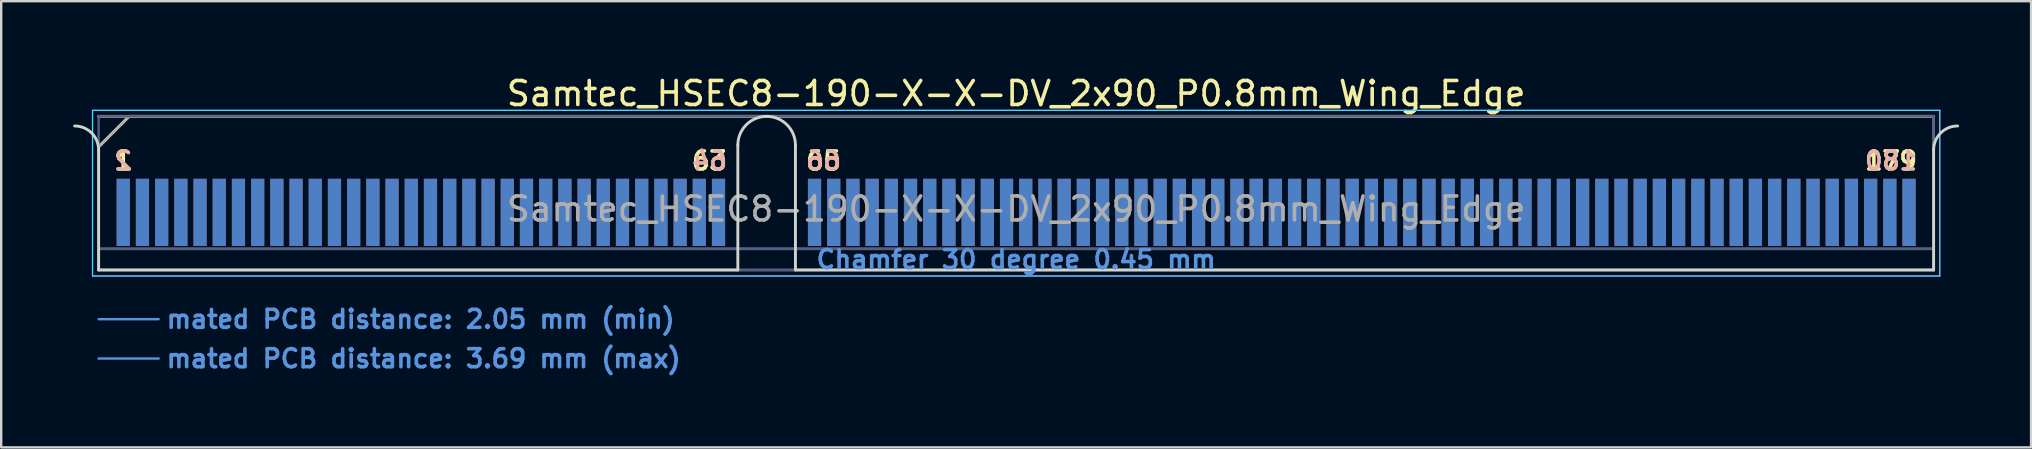
<source format=kicad_pcb>
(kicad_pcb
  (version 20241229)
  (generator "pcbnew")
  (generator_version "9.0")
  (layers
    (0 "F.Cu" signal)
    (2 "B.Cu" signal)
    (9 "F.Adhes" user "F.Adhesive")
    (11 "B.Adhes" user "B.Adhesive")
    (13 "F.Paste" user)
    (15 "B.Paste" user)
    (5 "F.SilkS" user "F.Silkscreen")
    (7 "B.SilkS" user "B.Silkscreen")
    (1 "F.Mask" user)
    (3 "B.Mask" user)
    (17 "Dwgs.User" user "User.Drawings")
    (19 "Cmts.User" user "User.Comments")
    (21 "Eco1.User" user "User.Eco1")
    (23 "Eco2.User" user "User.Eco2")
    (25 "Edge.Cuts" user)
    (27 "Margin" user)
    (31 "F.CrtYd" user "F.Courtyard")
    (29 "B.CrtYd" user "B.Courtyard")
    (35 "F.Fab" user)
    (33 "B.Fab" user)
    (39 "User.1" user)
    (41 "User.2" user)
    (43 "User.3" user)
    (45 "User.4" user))
  (footprint "Samtec_HSEC8-190-X-X-DV_2x90_P0.8mm_Wing_Edge"
    (layer "F.Cu")
    (at 39.285 8.198)
    (property "Reference" "Samtec_HSEC8-190-X-X-DV_2x90_P0.8mm_Wing_Edge" (at 0 -7.35 0) (layer "F.SilkS") (effects (font (size 1 1) (thickness 0.15))))
    (attr exclude_from_pos_files exclude_from_bom)
    (fp_line (start -38.225 -5.13) (end -36.955 -6.4) (stroke (width 0.12) (type solid)) (layer "F.SilkS"))
    (fp_line (start -36.955 -6.4) (end 38.225 -6.4) (stroke (width 0.12) (type solid)) (layer "F.SilkS"))
    (fp_line (start -38.225 -6.4) (end -38.225 -6.4) (stroke (width 0.12) (type solid)) (layer "B.SilkS"))
    (fp_line (start -38.225 -6.4) (end 38.225 -6.4) (stroke (width 0.12) (type solid)) (layer "B.SilkS"))
    (fp_line (start -38.225 2.05) (end -35.725 2.05) (stroke (width 0.1) (type solid)) (layer "Cmts.User"))
    (fp_line (start -38.225 3.69) (end -35.725 3.69) (stroke (width 0.1) (type solid)) (layer "Cmts.User"))
    (fp_line (start -38.225 -5) (end -38.225 0) (stroke (width 0.12) (type solid)) (layer "Edge.Cuts"))
    (fp_line (start -38.225 0) (end -11.595 0) (stroke (width 0.12) (type solid)) (layer "Edge.Cuts"))
    (fp_line (start -11.595 0) (end -11.595 -5.2) (stroke (width 0.12) (type solid)) (layer "Edge.Cuts"))
    (fp_line (start -9.195 -5.2) (end -9.195 0) (stroke (width 0.12) (type solid)) (layer "Edge.Cuts"))
    (fp_line (start -9.195 0) (end 38.225 0) (stroke (width 0.12) (type solid)) (layer "Edge.Cuts"))
    (fp_line (start 38.225 0) (end 38.225 -5) (stroke (width 0.12) (type solid)) (layer "Edge.Cuts"))
    (fp_arc (start -39.225 -6) (mid -38.517893 -5.707107) (end -38.225 -5) (stroke (width 0.12) (type solid)) (layer "Edge.Cuts"))
    (fp_arc (start -11.595 -5.2) (mid -10.395 -6.4) (end -9.195 -5.2) (stroke (width 0.12) (type solid)) (layer "Edge.Cuts"))
    (fp_arc (start 38.225 -5) (mid 38.517893 -5.707107) (end 39.225 -6) (stroke (width 0.12) (type solid)) (layer "Edge.Cuts"))
    (fp_line (start -38.48 -6.65) (end -38.48 0.25) (stroke (width 0.05) (type solid)) (layer "B.CrtYd"))
    (fp_line (start -38.48 0.25) (end 38.48 0.25) (stroke (width 0.05) (type solid)) (layer "B.CrtYd"))
    (fp_line (start 38.48 -6.65) (end -38.48 -6.65) (stroke (width 0.05) (type solid)) (layer "B.CrtYd"))
    (fp_line (start 38.48 0.25) (end 38.48 -6.65) (stroke (width 0.05) (type solid)) (layer "B.CrtYd"))
    (fp_line (start -38.48 -6.65) (end -38.48 0.25) (stroke (width 0.05) (type solid)) (layer "F.CrtYd"))
    (fp_line (start -38.48 0.25) (end 38.48 0.25) (stroke (width 0.05) (type solid)) (layer "F.CrtYd"))
    (fp_line (start 38.48 -6.65) (end -38.48 -6.65) (stroke (width 0.05) (type solid)) (layer "F.CrtYd"))
    (fp_line (start 38.48 0.25) (end 38.48 -6.65) (stroke (width 0.05) (type solid)) (layer "F.CrtYd"))
    (fp_line (start -38.225 -6.4) (end -38.225 -6.4) (stroke (width 0.1) (type solid)) (layer "B.Fab"))
    (fp_line (start -38.225 -6.4) (end -38.225 0) (stroke (width 0.1) (type solid)) (layer "B.Fab"))
    (fp_line (start -38.225 -6.4) (end 38.225 -6.4) (stroke (width 0.1) (type solid)) (layer "B.Fab"))
    (fp_line (start -38.225 -0.88) (end 38.225 -0.88) (stroke (width 0.1) (type solid)) (layer "B.Fab"))
    (fp_line (start -38.225 0) (end 38.225 0) (stroke (width 0.1) (type solid)) (layer "B.Fab"))
    (fp_line (start 38.225 -6.4) (end 38.225 0) (stroke (width 0.1) (type solid)) (layer "B.Fab"))
    (fp_line (start -38.225 -5.13) (end -38.225 0) (stroke (width 0.1) (type solid)) (layer "F.Fab"))
    (fp_line (start -38.225 -5.13) (end -36.955 -6.4) (stroke (width 0.1) (type solid)) (layer "F.Fab"))
    (fp_line (start -38.225 -0.88) (end 38.225 -0.88) (stroke (width 0.1) (type solid)) (layer "F.Fab"))
    (fp_line (start -38.225 0) (end 38.225 0) (stroke (width 0.1) (type solid)) (layer "F.Fab"))
    (fp_line (start -36.955 -6.4) (end 38.225 -6.4) (stroke (width 0.1) (type solid)) (layer "F.Fab"))
    (fp_line (start 38.225 -6.4) (end 38.225 0) (stroke (width 0.1) (type solid)) (layer "F.Fab"))
    (fp_text user "1" (at -37.2 -4.55 0) (layer "F.SilkS") (effects (font (size 0.75 0.75) (thickness 0.15))))
    (fp_text user "65" (at -8.025 -4.55 0) (layer "F.SilkS") (effects (font (size 0.75 0.75) (thickness 0.15))))
    (fp_text user "63" (at -12.775 -4.55 0) (layer "F.SilkS") (effects (font (size 0.75 0.75) (thickness 0.15))))
    (fp_text user "179" (at 36.45 -4.55 0) (layer "F.SilkS") (effects (font (size 0.75 0.75) (thickness 0.15))))
    (fp_text user "66" (at -8.025 -4.55 0) (layer "B.SilkS") (effects (font (size 0.75 0.75) (thickness 0.15)) (justify mirror)))
    (fp_text user "64" (at -12.775 -4.55 0) (layer "B.SilkS") (effects (font (size 0.75 0.75) (thickness 0.15)) (justify mirror)))
    (fp_text user "180" (at 36.45 -4.55 0) (layer "B.SilkS") (effects (font (size 0.75 0.75) (thickness 0.15)) (justify mirror)))
    (fp_text user "2" (at -37.2 -4.55 0) (layer "B.SilkS") (effects (font (size 0.75 0.75) (thickness 0.15)) (justify mirror)))
    (fp_text user "Chamfer 30 degree 0.45 mm" (at 0 -0.44 0) (layer "Cmts.User") (effects (font (size 0.75 0.75) (thickness 0.15))))
    (fp_text user "mated PCB distance: 3.69 mm (max)" (at -35.48 3.69 0) (layer "Cmts.User") (effects (font (size 0.75 0.75) (thickness 0.15)) (justify left)))
    (fp_text user "mated PCB distance: 2.05 mm (min)" (at -35.48 2.05 0) (layer "Cmts.User") (effects (font (size 0.75 0.75) (thickness 0.15)) (justify left)))
    (fp_text user "${REFERENCE}" (at 0 -2.54 0) (layer "F.Fab") (effects (font (size 1 1) (thickness 0.15))))
    (pad "1" connect rect (at -37.2 -2.4) (size 0.55 2.8) (layers "F.Cu" "F.Mask"))
    (pad "2" connect rect (at -37.2 -2.4) (size 0.55 2.8) (layers "B.Cu" "B.Mask"))
    (pad "3" connect rect (at -36.4 -2.4) (size 0.55 2.8) (layers "F.Cu" "F.Mask"))
    (pad "4" connect rect (at -36.4 -2.4) (size 0.55 2.8) (layers "B.Cu" "B.Mask"))
    (pad "5" connect rect (at -35.6 -2.4) (size 0.55 2.8) (layers "F.Cu" "F.Mask"))
    (pad "6" connect rect (at -35.6 -2.4) (size 0.55 2.8) (layers "B.Cu" "B.Mask"))
    (pad "7" connect rect (at -34.8 -2.4) (size 0.55 2.8) (layers "F.Cu" "F.Mask"))
    (pad "8" connect rect (at -34.8 -2.4) (size 0.55 2.8) (layers "B.Cu" "B.Mask"))
    (pad "9" connect rect (at -34 -2.4) (size 0.55 2.8) (layers "F.Cu" "F.Mask"))
    (pad "10" connect rect (at -34 -2.4) (size 0.55 2.8) (layers "B.Cu" "B.Mask"))
    (pad "11" connect rect (at -33.2 -2.4) (size 0.55 2.8) (layers "F.Cu" "F.Mask"))
    (pad "12" connect rect (at -33.2 -2.4) (size 0.55 2.8) (layers "B.Cu" "B.Mask"))
    (pad "13" connect rect (at -32.4 -2.4) (size 0.55 2.8) (layers "F.Cu" "F.Mask"))
    (pad "14" connect rect (at -32.4 -2.4) (size 0.55 2.8) (layers "B.Cu" "B.Mask"))
    (pad "15" connect rect (at -31.6 -2.4) (size 0.55 2.8) (layers "F.Cu" "F.Mask"))
    (pad "16" connect rect (at -31.6 -2.4) (size 0.55 2.8) (layers "B.Cu" "B.Mask"))
    (pad "17" connect rect (at -30.8 -2.4) (size 0.55 2.8) (layers "F.Cu" "F.Mask"))
    (pad "18" connect rect (at -30.8 -2.4) (size 0.55 2.8) (layers "B.Cu" "B.Mask"))
    (pad "19" connect rect (at -30 -2.4) (size 0.55 2.8) (layers "F.Cu" "F.Mask"))
    (pad "20" connect rect (at -30 -2.4) (size 0.55 2.8) (layers "B.Cu" "B.Mask"))
    (pad "21" connect rect (at -29.2 -2.4) (size 0.55 2.8) (layers "F.Cu" "F.Mask"))
    (pad "22" connect rect (at -29.2 -2.4) (size 0.55 2.8) (layers "B.Cu" "B.Mask"))
    (pad "23" connect rect (at -28.4 -2.4) (size 0.55 2.8) (layers "F.Cu" "F.Mask"))
    (pad "24" connect rect (at -28.4 -2.4) (size 0.55 2.8) (layers "B.Cu" "B.Mask"))
    (pad "25" connect rect (at -27.6 -2.4) (size 0.55 2.8) (layers "F.Cu" "F.Mask"))
    (pad "26" connect rect (at -27.6 -2.4) (size 0.55 2.8) (layers "B.Cu" "B.Mask"))
    (pad "27" connect rect (at -26.8 -2.4) (size 0.55 2.8) (layers "F.Cu" "F.Mask"))
    (pad "28" connect rect (at -26.8 -2.4) (size 0.55 2.8) (layers "B.Cu" "B.Mask"))
    (pad "29" connect rect (at -26 -2.4) (size 0.55 2.8) (layers "F.Cu" "F.Mask"))
    (pad "30" connect rect (at -26 -2.4) (size 0.55 2.8) (layers "B.Cu" "B.Mask"))
    (pad "31" connect rect (at -25.2 -2.4) (size 0.55 2.8) (layers "F.Cu" "F.Mask"))
    (pad "32" connect rect (at -25.2 -2.4) (size 0.55 2.8) (layers "B.Cu" "B.Mask"))
    (pad "33" connect rect (at -24.4 -2.4) (size 0.55 2.8) (layers "F.Cu" "F.Mask"))
    (pad "34" connect rect (at -24.4 -2.4) (size 0.55 2.8) (layers "B.Cu" "B.Mask"))
    (pad "35" connect rect (at -23.6 -2.4) (size 0.55 2.8) (layers "F.Cu" "F.Mask"))
    (pad "36" connect rect (at -23.6 -2.4) (size 0.55 2.8) (layers "B.Cu" "B.Mask"))
    (pad "37" connect rect (at -22.8 -2.4) (size 0.55 2.8) (layers "F.Cu" "F.Mask"))
    (pad "38" connect rect (at -22.8 -2.4) (size 0.55 2.8) (layers "B.Cu" "B.Mask"))
    (pad "39" connect rect (at -22 -2.4) (size 0.55 2.8) (layers "F.Cu" "F.Mask"))
    (pad "40" connect rect (at -22 -2.4) (size 0.55 2.8) (layers "B.Cu" "B.Mask"))
    (pad "41" connect rect (at -21.2 -2.4) (size 0.55 2.8) (layers "F.Cu" "F.Mask"))
    (pad "42" connect rect (at -21.2 -2.4) (size 0.55 2.8) (layers "B.Cu" "B.Mask"))
    (pad "43" connect rect (at -20.4 -2.4) (size 0.55 2.8) (layers "F.Cu" "F.Mask"))
    (pad "44" connect rect (at -20.4 -2.4) (size 0.55 2.8) (layers "B.Cu" "B.Mask"))
    (pad "45" connect rect (at -19.6 -2.4) (size 0.55 2.8) (layers "F.Cu" "F.Mask"))
    (pad "46" connect rect (at -19.6 -2.4) (size 0.55 2.8) (layers "B.Cu" "B.Mask"))
    (pad "47" connect rect (at -18.8 -2.4) (size 0.55 2.8) (layers "F.Cu" "F.Mask"))
    (pad "48" connect rect (at -18.8 -2.4) (size 0.55 2.8) (layers "B.Cu" "B.Mask"))
    (pad "49" connect rect (at -18 -2.4) (size 0.55 2.8) (layers "F.Cu" "F.Mask"))
    (pad "50" connect rect (at -18 -2.4) (size 0.55 2.8) (layers "B.Cu" "B.Mask"))
    (pad "51" connect rect (at -17.2 -2.4) (size 0.55 2.8) (layers "F.Cu" "F.Mask"))
    (pad "52" connect rect (at -17.2 -2.4) (size 0.55 2.8) (layers "B.Cu" "B.Mask"))
    (pad "53" connect rect (at -16.4 -2.4) (size 0.55 2.8) (layers "F.Cu" "F.Mask"))
    (pad "54" connect rect (at -16.4 -2.4) (size 0.55 2.8) (layers "B.Cu" "B.Mask"))
    (pad "55" connect rect (at -15.6 -2.4) (size 0.55 2.8) (layers "F.Cu" "F.Mask"))
    (pad "56" connect rect (at -15.6 -2.4) (size 0.55 2.8) (layers "B.Cu" "B.Mask"))
    (pad "57" connect rect (at -14.8 -2.4) (size 0.55 2.8) (layers "F.Cu" "F.Mask"))
    (pad "58" connect rect (at -14.8 -2.4) (size 0.55 2.8) (layers "B.Cu" "B.Mask"))
    (pad "59" connect rect (at -14 -2.4) (size 0.55 2.8) (layers "F.Cu" "F.Mask"))
    (pad "60" connect rect (at -14 -2.4) (size 0.55 2.8) (layers "B.Cu" "B.Mask"))
    (pad "61" connect rect (at -13.2 -2.4) (size 0.55 2.8) (layers "F.Cu" "F.Mask"))
    (pad "62" connect rect (at -13.2 -2.4) (size 0.55 2.8) (layers "B.Cu" "B.Mask"))
    (pad "63" connect rect (at -12.4 -2.4) (size 0.55 2.8) (layers "F.Cu" "F.Mask"))
    (pad "64" connect rect (at -12.4 -2.4) (size 0.55 2.8) (layers "B.Cu" "B.Mask"))
    (pad "65" connect rect (at -8.4 -2.4) (size 0.55 2.8) (layers "F.Cu" "F.Mask"))
    (pad "66" connect rect (at -8.4 -2.4) (size 0.55 2.8) (layers "B.Cu" "B.Mask"))
    (pad "67" connect rect (at -7.6 -2.4) (size 0.55 2.8) (layers "F.Cu" "F.Mask"))
    (pad "68" connect rect (at -7.6 -2.4) (size 0.55 2.8) (layers "B.Cu" "B.Mask"))
    (pad "69" connect rect (at -6.8 -2.4) (size 0.55 2.8) (layers "F.Cu" "F.Mask"))
    (pad "70" connect rect (at -6.8 -2.4) (size 0.55 2.8) (layers "B.Cu" "B.Mask"))
    (pad "71" connect rect (at -6 -2.4) (size 0.55 2.8) (layers "F.Cu" "F.Mask"))
    (pad "72" connect rect (at -6 -2.4) (size 0.55 2.8) (layers "B.Cu" "B.Mask"))
    (pad "73" connect rect (at -5.2 -2.4) (size 0.55 2.8) (layers "F.Cu" "F.Mask"))
    (pad "74" connect rect (at -5.2 -2.4) (size 0.55 2.8) (layers "B.Cu" "B.Mask"))
    (pad "75" connect rect (at -4.4 -2.4) (size 0.55 2.8) (layers "F.Cu" "F.Mask"))
    (pad "76" connect rect (at -4.4 -2.4) (size 0.55 2.8) (layers "B.Cu" "B.Mask"))
    (pad "77" connect rect (at -3.6 -2.4) (size 0.55 2.8) (layers "F.Cu" "F.Mask"))
    (pad "78" connect rect (at -3.6 -2.4) (size 0.55 2.8) (layers "B.Cu" "B.Mask"))
    (pad "79" connect rect (at -2.8 -2.4) (size 0.55 2.8) (layers "F.Cu" "F.Mask"))
    (pad "80" connect rect (at -2.8 -2.4) (size 0.55 2.8) (layers "B.Cu" "B.Mask"))
    (pad "81" connect rect (at -2 -2.4) (size 0.55 2.8) (layers "F.Cu" "F.Mask"))
    (pad "82" connect rect (at -2 -2.4) (size 0.55 2.8) (layers "B.Cu" "B.Mask"))
    (pad "83" connect rect (at -1.2 -2.4) (size 0.55 2.8) (layers "F.Cu" "F.Mask"))
    (pad "84" connect rect (at -1.2 -2.4) (size 0.55 2.8) (layers "B.Cu" "B.Mask"))
    (pad "85" connect rect (at -0.4 -2.4) (size 0.55 2.8) (layers "F.Cu" "F.Mask"))
    (pad "86" connect rect (at -0.4 -2.4) (size 0.55 2.8) (layers "B.Cu" "B.Mask"))
    (pad "87" connect rect (at 0.4 -2.4) (size 0.55 2.8) (layers "F.Cu" "F.Mask"))
    (pad "88" connect rect (at 0.4 -2.4) (size 0.55 2.8) (layers "B.Cu" "B.Mask"))
    (pad "89" connect rect (at 1.2 -2.4) (size 0.55 2.8) (layers "F.Cu" "F.Mask"))
    (pad "90" connect rect (at 1.2 -2.4) (size 0.55 2.8) (layers "B.Cu" "B.Mask"))
    (pad "91" connect rect (at 2 -2.4) (size 0.55 2.8) (layers "F.Cu" "F.Mask"))
    (pad "92" connect rect (at 2 -2.4) (size 0.55 2.8) (layers "B.Cu" "B.Mask"))
    (pad "93" connect rect (at 2.8 -2.4) (size 0.55 2.8) (layers "F.Cu" "F.Mask"))
    (pad "94" connect rect (at 2.8 -2.4) (size 0.55 2.8) (layers "B.Cu" "B.Mask"))
    (pad "95" connect rect (at 3.6 -2.4) (size 0.55 2.8) (layers "F.Cu" "F.Mask"))
    (pad "96" connect rect (at 3.6 -2.4) (size 0.55 2.8) (layers "B.Cu" "B.Mask"))
    (pad "97" connect rect (at 4.4 -2.4) (size 0.55 2.8) (layers "F.Cu" "F.Mask"))
    (pad "98" connect rect (at 4.4 -2.4) (size 0.55 2.8) (layers "B.Cu" "B.Mask"))
    (pad "99" connect rect (at 5.2 -2.4) (size 0.55 2.8) (layers "F.Cu" "F.Mask"))
    (pad "100" connect rect (at 5.2 -2.4) (size 0.55 2.8) (layers "B.Cu" "B.Mask"))
    (pad "101" connect rect (at 6 -2.4) (size 0.55 2.8) (layers "F.Cu" "F.Mask"))
    (pad "102" connect rect (at 6 -2.4) (size 0.55 2.8) (layers "B.Cu" "B.Mask"))
    (pad "103" connect rect (at 6.8 -2.4) (size 0.55 2.8) (layers "F.Cu" "F.Mask"))
    (pad "104" connect rect (at 6.8 -2.4) (size 0.55 2.8) (layers "B.Cu" "B.Mask"))
    (pad "105" connect rect (at 7.6 -2.4) (size 0.55 2.8) (layers "F.Cu" "F.Mask"))
    (pad "106" connect rect (at 7.6 -2.4) (size 0.55 2.8) (layers "B.Cu" "B.Mask"))
    (pad "107" connect rect (at 8.4 -2.4) (size 0.55 2.8) (layers "F.Cu" "F.Mask"))
    (pad "108" connect rect (at 8.4 -2.4) (size 0.55 2.8) (layers "B.Cu" "B.Mask"))
    (pad "109" connect rect (at 9.2 -2.4) (size 0.55 2.8) (layers "F.Cu" "F.Mask"))
    (pad "110" connect rect (at 9.2 -2.4) (size 0.55 2.8) (layers "B.Cu" "B.Mask"))
    (pad "111" connect rect (at 10 -2.4) (size 0.55 2.8) (layers "F.Cu" "F.Mask"))
    (pad "112" connect rect (at 10 -2.4) (size 0.55 2.8) (layers "B.Cu" "B.Mask"))
    (pad "113" connect rect (at 10.8 -2.4) (size 0.55 2.8) (layers "F.Cu" "F.Mask"))
    (pad "114" connect rect (at 10.8 -2.4) (size 0.55 2.8) (layers "B.Cu" "B.Mask"))
    (pad "115" connect rect (at 11.6 -2.4) (size 0.55 2.8) (layers "F.Cu" "F.Mask"))
    (pad "116" connect rect (at 11.6 -2.4) (size 0.55 2.8) (layers "B.Cu" "B.Mask"))
    (pad "117" connect rect (at 12.4 -2.4) (size 0.55 2.8) (layers "F.Cu" "F.Mask"))
    (pad "118" connect rect (at 12.4 -2.4) (size 0.55 2.8) (layers "B.Cu" "B.Mask"))
    (pad "119" connect rect (at 13.2 -2.4) (size 0.55 2.8) (layers "F.Cu" "F.Mask"))
    (pad "120" connect rect (at 13.2 -2.4) (size 0.55 2.8) (layers "B.Cu" "B.Mask"))
    (pad "121" connect rect (at 14 -2.4) (size 0.55 2.8) (layers "F.Cu" "F.Mask"))
    (pad "122" connect rect (at 14 -2.4) (size 0.55 2.8) (layers "B.Cu" "B.Mask"))
    (pad "123" connect rect (at 14.8 -2.4) (size 0.55 2.8) (layers "F.Cu" "F.Mask"))
    (pad "124" connect rect (at 14.8 -2.4) (size 0.55 2.8) (layers "B.Cu" "B.Mask"))
    (pad "125" connect rect (at 15.6 -2.4) (size 0.55 2.8) (layers "F.Cu" "F.Mask"))
    (pad "126" connect rect (at 15.6 -2.4) (size 0.55 2.8) (layers "B.Cu" "B.Mask"))
    (pad "127" connect rect (at 16.4 -2.4) (size 0.55 2.8) (layers "F.Cu" "F.Mask"))
    (pad "128" connect rect (at 16.4 -2.4) (size 0.55 2.8) (layers "B.Cu" "B.Mask"))
    (pad "129" connect rect (at 17.2 -2.4) (size 0.55 2.8) (layers "F.Cu" "F.Mask"))
    (pad "130" connect rect (at 17.2 -2.4) (size 0.55 2.8) (layers "B.Cu" "B.Mask"))
    (pad "131" connect rect (at 18 -2.4) (size 0.55 2.8) (layers "F.Cu" "F.Mask"))
    (pad "132" connect rect (at 18 -2.4) (size 0.55 2.8) (layers "B.Cu" "B.Mask"))
    (pad "133" connect rect (at 18.8 -2.4) (size 0.55 2.8) (layers "F.Cu" "F.Mask"))
    (pad "134" connect rect (at 18.8 -2.4) (size 0.55 2.8) (layers "B.Cu" "B.Mask"))
    (pad "135" connect rect (at 19.6 -2.4) (size 0.55 2.8) (layers "F.Cu" "F.Mask"))
    (pad "136" connect rect (at 19.6 -2.4) (size 0.55 2.8) (layers "B.Cu" "B.Mask"))
    (pad "137" connect rect (at 20.4 -2.4) (size 0.55 2.8) (layers "F.Cu" "F.Mask"))
    (pad "138" connect rect (at 20.4 -2.4) (size 0.55 2.8) (layers "B.Cu" "B.Mask"))
    (pad "139" connect rect (at 21.2 -2.4) (size 0.55 2.8) (layers "F.Cu" "F.Mask"))
    (pad "140" connect rect (at 21.2 -2.4) (size 0.55 2.8) (layers "B.Cu" "B.Mask"))
    (pad "141" connect rect (at 22 -2.4) (size 0.55 2.8) (layers "F.Cu" "F.Mask"))
    (pad "142" connect rect (at 22 -2.4) (size 0.55 2.8) (layers "B.Cu" "B.Mask"))
    (pad "143" connect rect (at 22.8 -2.4) (size 0.55 2.8) (layers "F.Cu" "F.Mask"))
    (pad "144" connect rect (at 22.8 -2.4) (size 0.55 2.8) (layers "B.Cu" "B.Mask"))
    (pad "145" connect rect (at 23.6 -2.4) (size 0.55 2.8) (layers "F.Cu" "F.Mask"))
    (pad "146" connect rect (at 23.6 -2.4) (size 0.55 2.8) (layers "B.Cu" "B.Mask"))
    (pad "147" connect rect (at 24.4 -2.4) (size 0.55 2.8) (layers "F.Cu" "F.Mask"))
    (pad "148" connect rect (at 24.4 -2.4) (size 0.55 2.8) (layers "B.Cu" "B.Mask"))
    (pad "149" connect rect (at 25.2 -2.4) (size 0.55 2.8) (layers "F.Cu" "F.Mask"))
    (pad "150" connect rect (at 25.2 -2.4) (size 0.55 2.8) (layers "B.Cu" "B.Mask"))
    (pad "151" connect rect (at 26 -2.4) (size 0.55 2.8) (layers "F.Cu" "F.Mask"))
    (pad "152" connect rect (at 26 -2.4) (size 0.55 2.8) (layers "B.Cu" "B.Mask"))
    (pad "153" connect rect (at 26.8 -2.4) (size 0.55 2.8) (layers "F.Cu" "F.Mask"))
    (pad "154" connect rect (at 26.8 -2.4) (size 0.55 2.8) (layers "B.Cu" "B.Mask"))
    (pad "155" connect rect (at 27.6 -2.4) (size 0.55 2.8) (layers "F.Cu" "F.Mask"))
    (pad "156" connect rect (at 27.6 -2.4) (size 0.55 2.8) (layers "B.Cu" "B.Mask"))
    (pad "157" connect rect (at 28.4 -2.4) (size 0.55 2.8) (layers "F.Cu" "F.Mask"))
    (pad "158" connect rect (at 28.4 -2.4) (size 0.55 2.8) (layers "B.Cu" "B.Mask"))
    (pad "159" connect rect (at 29.2 -2.4) (size 0.55 2.8) (layers "F.Cu" "F.Mask"))
    (pad "160" connect rect (at 29.2 -2.4) (size 0.55 2.8) (layers "B.Cu" "B.Mask"))
    (pad "161" connect rect (at 30 -2.4) (size 0.55 2.8) (layers "F.Cu" "F.Mask"))
    (pad "162" connect rect (at 30 -2.4) (size 0.55 2.8) (layers "B.Cu" "B.Mask"))
    (pad "163" connect rect (at 30.8 -2.4) (size 0.55 2.8) (layers "F.Cu" "F.Mask"))
    (pad "164" connect rect (at 30.8 -2.4) (size 0.55 2.8) (layers "B.Cu" "B.Mask"))
    (pad "165" connect rect (at 31.6 -2.4) (size 0.55 2.8) (layers "F.Cu" "F.Mask"))
    (pad "166" connect rect (at 31.6 -2.4) (size 0.55 2.8) (layers "B.Cu" "B.Mask"))
    (pad "167" connect rect (at 32.4 -2.4) (size 0.55 2.8) (layers "F.Cu" "F.Mask"))
    (pad "168" connect rect (at 32.4 -2.4) (size 0.55 2.8) (layers "B.Cu" "B.Mask"))
    (pad "169" connect rect (at 33.2 -2.4) (size 0.55 2.8) (layers "F.Cu" "F.Mask"))
    (pad "170" connect rect (at 33.2 -2.4) (size 0.55 2.8) (layers "B.Cu" "B.Mask"))
    (pad "171" connect rect (at 34 -2.4) (size 0.55 2.8) (layers "F.Cu" "F.Mask"))
    (pad "172" connect rect (at 34 -2.4) (size 0.55 2.8) (layers "B.Cu" "B.Mask"))
    (pad "173" connect rect (at 34.8 -2.4) (size 0.55 2.8) (layers "F.Cu" "F.Mask"))
    (pad "174" connect rect (at 34.8 -2.4) (size 0.55 2.8) (layers "B.Cu" "B.Mask"))
    (pad "175" connect rect (at 35.6 -2.4) (size 0.55 2.8) (layers "F.Cu" "F.Mask"))
    (pad "176" connect rect (at 35.6 -2.4) (size 0.55 2.8) (layers "B.Cu" "B.Mask"))
    (pad "177" connect rect (at 36.4 -2.4) (size 0.55 2.8) (layers "F.Cu" "F.Mask"))
    (pad "178" connect rect (at 36.4 -2.4) (size 0.55 2.8) (layers "B.Cu" "B.Mask"))
    (pad "179" connect rect (at 37.2 -2.4) (size 0.55 2.8) (layers "F.Cu" "F.Mask"))
    (pad "180" connect rect (at 37.2 -2.4) (size 0.55 2.8) (layers "B.Cu" "B.Mask")))
  (gr_rect
    (start -3 -3)
    (end 81.57 15.59)
    (stroke (width 0.1) (type default))
    (fill no)
    (layer "Edge.Cuts")))
</source>
